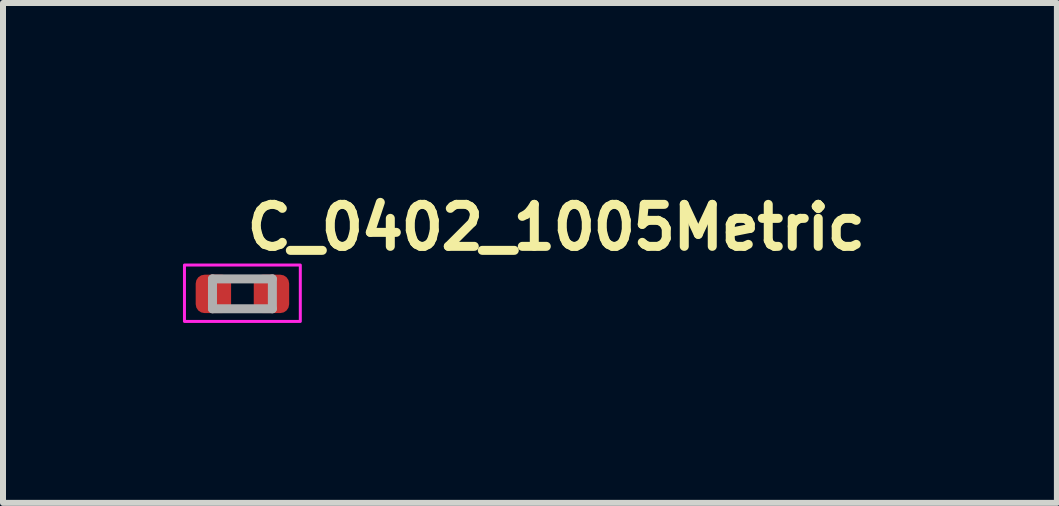
<source format=kicad_pcb>
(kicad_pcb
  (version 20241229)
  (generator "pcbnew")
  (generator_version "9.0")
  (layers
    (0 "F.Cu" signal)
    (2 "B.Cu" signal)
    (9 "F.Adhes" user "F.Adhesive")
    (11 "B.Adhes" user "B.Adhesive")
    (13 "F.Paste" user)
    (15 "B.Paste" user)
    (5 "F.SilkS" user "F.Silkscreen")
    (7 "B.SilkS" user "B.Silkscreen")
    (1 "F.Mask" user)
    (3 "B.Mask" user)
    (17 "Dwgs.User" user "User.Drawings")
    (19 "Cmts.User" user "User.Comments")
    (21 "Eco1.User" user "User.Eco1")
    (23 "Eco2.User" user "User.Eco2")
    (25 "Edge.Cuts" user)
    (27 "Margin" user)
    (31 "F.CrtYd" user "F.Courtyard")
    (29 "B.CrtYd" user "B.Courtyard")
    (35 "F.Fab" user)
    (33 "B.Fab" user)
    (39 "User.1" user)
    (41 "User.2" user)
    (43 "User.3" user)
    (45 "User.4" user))
  (footprint "C_0402_1005Metric"
    (layer "F.Cu")
    (at 0.991 1.849)
    (property "Reference" "C_0402_1005Metric" (at 0 -0.699 0) (layer "F.SilkS") (effects (font (size 0.7 0.7) (thickness 0.15)) (justify left bottom)))
    (attr smd)
    (fp_rect (start -0.966 -0.481) (end 0.965 0.459) (stroke (width 0.05) (type solid)) (fill no) (layer "F.CrtYd"))
    (fp_line (start -0.499 -0.25) (end 0.499 -0.25) (stroke (width 0.15) (type solid)) (layer "F.Fab"))
    (fp_line (start -0.499 0.248) (end -0.499 -0.25) (stroke (width 0.15) (type solid)) (layer "F.Fab"))
    (fp_line (start 0.499 -0.25) (end 0.499 0.248) (stroke (width 0.15) (type solid)) (layer "F.Fab"))
    (fp_line (start 0.499 0.248) (end -0.499 0.248) (stroke (width 0.15) (type solid)) (layer "F.Fab"))
    (fp_line (start -0.499 -0.244) (end -0.499 -0.243) (stroke (width 0.1) (type solid)) (layer "User.5"))
    (fp_line (start -0.499 -0.243) (end -0.499 -0.243) (stroke (width 0.1) (type solid)) (layer "User.5"))
    (fp_line (start -0.499 -0.243) (end -0.499 -0.242) (stroke (width 0.1) (type solid)) (layer "User.5"))
    (fp_line (start -0.499 -0.242) (end -0.499 -0.242) (stroke (width 0.1) (type solid)) (layer "User.5"))
    (fp_line (start -0.499 -0.242) (end -0.499 -0.242) (stroke (width 0.1) (type solid)) (layer "User.5"))
    (fp_line (start -0.499 -0.242) (end -0.499 -0.241) (stroke (width 0.1) (type solid)) (layer "User.5"))
    (fp_line (start -0.499 -0.241) (end -0.499 -0.241) (stroke (width 0.1) (type solid)) (layer "User.5"))
    (fp_line (start -0.499 -0.241) (end -0.499 -0.24) (stroke (width 0.1) (type solid)) (layer "User.5"))
    (fp_line (start -0.499 -0.24) (end -0.499 -0.238) (stroke (width 0.1) (type solid)) (layer "User.5"))
    (fp_line (start -0.499 -0.238) (end -0.499 -0.238) (stroke (width 0.1) (type solid)) (layer "User.5"))
    (fp_line (start -0.499 -0.238) (end -0.499 -0.238) (stroke (width 0.1) (type solid)) (layer "User.5"))
    (fp_line (start -0.499 -0.238) (end -0.499 -0.238) (stroke (width 0.1) (type solid)) (layer "User.5"))
    (fp_line (start -0.499 0.24) (end -0.499 -0.238) (stroke (width 0.1) (type solid)) (layer "User.5"))
    (fp_line (start -0.499 0.24) (end -0.499 0.24) (stroke (width 0.1) (type solid)) (layer "User.5"))
    (fp_line (start -0.499 0.24) (end -0.499 0.24) (stroke (width 0.1) (type solid)) (layer "User.5"))
    (fp_line (start -0.499 0.24) (end -0.499 0.24) (stroke (width 0.1) (type solid)) (layer "User.5"))
    (fp_line (start -0.499 0.24) (end -0.499 0.24) (stroke (width 0.1) (type solid)) (layer "User.5"))
    (fp_line (start -0.499 0.24) (end -0.499 0.24) (stroke (width 0.1) (type solid)) (layer "User.5"))
    (fp_line (start -0.499 0.24) (end -0.499 0.241) (stroke (width 0.1) (type solid)) (layer "User.5"))
    (fp_line (start -0.499 0.241) (end -0.499 0.241) (stroke (width 0.1) (type solid)) (layer "User.5"))
    (fp_line (start -0.499 0.241) (end -0.499 0.241) (stroke (width 0.1) (type solid)) (layer "User.5"))
    (fp_line (start -0.499 0.241) (end -0.499 0.242) (stroke (width 0.1) (type solid)) (layer "User.5"))
    (fp_line (start -0.499 0.242) (end -0.499 0.242) (stroke (width 0.1) (type solid)) (layer "User.5"))
    (fp_line (start -0.499 0.242) (end -0.499 0.243) (stroke (width 0.1) (type solid)) (layer "User.5"))
    (fp_line (start -0.499 0.243) (end -0.498 0.243) (stroke (width 0.1) (type solid)) (layer "User.5"))
    (fp_line (start -0.498 -0.245) (end -0.498 -0.245) (stroke (width 0.1) (type solid)) (layer "User.5"))
    (fp_line (start -0.498 -0.245) (end -0.498 -0.245) (stroke (width 0.1) (type solid)) (layer "User.5"))
    (fp_line (start -0.498 -0.245) (end -0.498 -0.244) (stroke (width 0.1) (type solid)) (layer "User.5"))
    (fp_line (start -0.498 -0.244) (end -0.499 -0.244) (stroke (width 0.1) (type solid)) (layer "User.5"))
    (fp_line (start -0.498 0.243) (end -0.498 0.244) (stroke (width 0.1) (type solid)) (layer "User.5"))
    (fp_line (start -0.498 0.244) (end -0.498 0.244) (stroke (width 0.1) (type solid)) (layer "User.5"))
    (fp_line (start -0.498 0.244) (end -0.498 0.244) (stroke (width 0.1) (type solid)) (layer "User.5"))
    (fp_line (start -0.498 0.244) (end -0.497 0.245) (stroke (width 0.1) (type solid)) (layer "User.5"))
    (fp_line (start -0.497 -0.247) (end -0.497 -0.246) (stroke (width 0.1) (type solid)) (layer "User.5"))
    (fp_line (start -0.497 -0.246) (end -0.498 -0.245) (stroke (width 0.1) (type solid)) (layer "User.5"))
    (fp_line (start -0.497 -0.246) (end -0.497 -0.246) (stroke (width 0.1) (type solid)) (layer "User.5"))
    (fp_line (start -0.497 0.245) (end -0.497 0.245) (stroke (width 0.1) (type solid)) (layer "User.5"))
    (fp_line (start -0.497 0.245) (end -0.497 0.246) (stroke (width 0.1) (type solid)) (layer "User.5"))
    (fp_line (start -0.497 0.246) (end -0.496 0.246) (stroke (width 0.1) (type solid)) (layer "User.5"))
    (fp_line (start -0.496 -0.247) (end -0.497 -0.247) (stroke (width 0.1) (type solid)) (layer "User.5"))
    (fp_line (start -0.496 -0.247) (end -0.496 -0.247) (stroke (width 0.1) (type solid)) (layer "User.5"))
    (fp_line (start -0.496 0.246) (end -0.496 0.246) (stroke (width 0.1) (type solid)) (layer "User.5"))
    (fp_line (start -0.496 0.246) (end -0.495 0.247) (stroke (width 0.1) (type solid)) (layer "User.5"))
    (fp_line (start -0.495 -0.248) (end -0.496 -0.247) (stroke (width 0.1) (type solid)) (layer "User.5"))
    (fp_line (start -0.495 -0.248) (end -0.495 -0.248) (stroke (width 0.1) (type solid)) (layer "User.5"))
    (fp_line (start -0.495 -0.248) (end -0.495 -0.248) (stroke (width 0.1) (type solid)) (layer "User.5"))
    (fp_line (start -0.495 0.247) (end -0.495 0.247) (stroke (width 0.1) (type solid)) (layer "User.5"))
    (fp_line (start -0.495 0.247) (end -0.495 0.247) (stroke (width 0.1) (type solid)) (layer "User.5"))
    (fp_line (start -0.495 0.247) (end -0.494 0.247) (stroke (width 0.1) (type solid)) (layer "User.5"))
    (fp_line (start -0.494 -0.249) (end -0.494 -0.248) (stroke (width 0.1) (type solid)) (layer "User.5"))
    (fp_line (start -0.494 -0.248) (end -0.495 -0.248) (stroke (width 0.1) (type solid)) (layer "User.5"))
    (fp_line (start -0.494 0.247) (end -0.494 0.248) (stroke (width 0.1) (type solid)) (layer "User.5"))
    (fp_line (start -0.494 0.248) (end -0.493 0.248) (stroke (width 0.1) (type solid)) (layer "User.5"))
    (fp_line (start -0.493 -0.249) (end -0.494 -0.249) (stroke (width 0.1) (type solid)) (layer "User.5"))
    (fp_line (start -0.493 -0.249) (end -0.493 -0.249) (stroke (width 0.1) (type solid)) (layer "User.5"))
    (fp_line (start -0.493 0.248) (end -0.493 0.248) (stroke (width 0.1) (type solid)) (layer "User.5"))
    (fp_line (start -0.493 0.248) (end -0.492 0.248) (stroke (width 0.1) (type solid)) (layer "User.5"))
    (fp_line (start -0.492 -0.249) (end -0.493 -0.249) (stroke (width 0.1) (type solid)) (layer "User.5"))
    (fp_line (start -0.492 -0.249) (end -0.492 -0.249) (stroke (width 0.1) (type solid)) (layer "User.5"))
    (fp_line (start -0.492 -0.249) (end -0.492 -0.249) (stroke (width 0.1) (type solid)) (layer "User.5"))
    (fp_line (start -0.492 0.248) (end -0.492 0.248) (stroke (width 0.1) (type solid)) (layer "User.5"))
    (fp_line (start -0.492 0.248) (end -0.492 0.248) (stroke (width 0.1) (type solid)) (layer "User.5"))
    (fp_line (start -0.492 0.248) (end -0.491 0.248) (stroke (width 0.1) (type solid)) (layer "User.5"))
    (fp_line (start -0.491 -0.249) (end -0.492 -0.249) (stroke (width 0.1) (type solid)) (layer "User.5"))
    (fp_line (start -0.491 -0.249) (end -0.491 -0.249) (stroke (width 0.1) (type solid)) (layer "User.5"))
    (fp_line (start -0.491 0.248) (end -0.491 0.248) (stroke (width 0.1) (type solid)) (layer "User.5"))
    (fp_line (start -0.491 0.248) (end -0.49 0.248) (stroke (width 0.1) (type solid)) (layer "User.5"))
    (fp_line (start -0.489 -0.249) (end -0.299 -0.249) (stroke (width 0.1) (type solid)) (layer "User.5"))
    (fp_line (start -0.299 -0.249) (end -0.299 -0.238) (stroke (width 0.1) (type solid)) (layer "User.5"))
    (fp_line (start -0.299 -0.238) (end -0.299 0.24) (stroke (width 0.1) (type solid)) (layer "User.5"))
    (fp_line (start -0.299 -0.238) (end 0.298 -0.238) (stroke (width 0.1) (type solid)) (layer "User.5"))
    (fp_line (start -0.299 0.24) (end -0.299 0.248) (stroke (width 0.1) (type solid)) (layer "User.5"))
    (fp_line (start -0.299 0.24) (end 0.298 0.24) (stroke (width 0.1) (type solid)) (layer "User.5"))
    (fp_line (start -0.299 0.248) (end -0.489 0.248) (stroke (width 0.1) (type solid)) (layer "User.5"))
    (fp_line (start 0.298 -0.249) (end 0.298 -0.238) (stroke (width 0.1) (type solid)) (layer "User.5"))
    (fp_line (start 0.298 -0.238) (end 0.298 0.24) (stroke (width 0.1) (type solid)) (layer "User.5"))
    (fp_line (start 0.298 0.24) (end 0.298 0.248) (stroke (width 0.1) (type solid)) (layer "User.5"))
    (fp_line (start 0.298 0.248) (end 0.488 0.248) (stroke (width 0.1) (type solid)) (layer "User.5"))
    (fp_line (start 0.488 -0.249) (end 0.298 -0.249) (stroke (width 0.1) (type solid)) (layer "User.5"))
    (fp_line (start 0.49 0.248) (end 0.491 0.248) (stroke (width 0.1) (type solid)) (layer "User.5"))
    (fp_line (start 0.491 -0.249) (end 0.49 -0.249) (stroke (width 0.1) (type solid)) (layer "User.5"))
    (fp_line (start 0.491 -0.249) (end 0.491 -0.249) (stroke (width 0.1) (type solid)) (layer "User.5"))
    (fp_line (start 0.491 -0.249) (end 0.491 -0.249) (stroke (width 0.1) (type solid)) (layer "User.5"))
    (fp_line (start 0.491 0.248) (end 0.491 0.248) (stroke (width 0.1) (type solid)) (layer "User.5"))
    (fp_line (start 0.491 0.248) (end 0.491 0.248) (stroke (width 0.1) (type solid)) (layer "User.5"))
    (fp_line (start 0.491 0.248) (end 0.492 0.248) (stroke (width 0.1) (type solid)) (layer "User.5"))
    (fp_line (start 0.492 -0.249) (end 0.491 -0.249) (stroke (width 0.1) (type solid)) (layer "User.5"))
    (fp_line (start 0.492 -0.249) (end 0.492 -0.249) (stroke (width 0.1) (type solid)) (layer "User.5"))
    (fp_line (start 0.492 0.248) (end 0.492 0.248) (stroke (width 0.1) (type solid)) (layer "User.5"))
    (fp_line (start 0.492 0.248) (end 0.493 0.248) (stroke (width 0.1) (type solid)) (layer "User.5"))
    (fp_line (start 0.493 -0.249) (end 0.492 -0.249) (stroke (width 0.1) (type solid)) (layer "User.5"))
    (fp_line (start 0.493 -0.248) (end 0.493 -0.249) (stroke (width 0.1) (type solid)) (layer "User.5"))
    (fp_line (start 0.493 0.247) (end 0.494 0.247) (stroke (width 0.1) (type solid)) (layer "User.5"))
    (fp_line (start 0.493 0.248) (end 0.493 0.247) (stroke (width 0.1) (type solid)) (layer "User.5"))
    (fp_line (start 0.494 -0.248) (end 0.493 -0.248) (stroke (width 0.1) (type solid)) (layer "User.5"))
    (fp_line (start 0.494 -0.248) (end 0.494 -0.248) (stroke (width 0.1) (type solid)) (layer "User.5"))
    (fp_line (start 0.494 -0.248) (end 0.494 -0.248) (stroke (width 0.1) (type solid)) (layer "User.5"))
    (fp_line (start 0.494 0.247) (end 0.494 0.247) (stroke (width 0.1) (type solid)) (layer "User.5"))
    (fp_line (start 0.494 0.247) (end 0.494 0.247) (stroke (width 0.1) (type solid)) (layer "User.5"))
    (fp_line (start 0.494 0.247) (end 0.495 0.246) (stroke (width 0.1) (type solid)) (layer "User.5"))
    (fp_line (start 0.495 -0.247) (end 0.494 -0.248) (stroke (width 0.1) (type solid)) (layer "User.5"))
    (fp_line (start 0.495 -0.247) (end 0.495 -0.247) (stroke (width 0.1) (type solid)) (layer "User.5"))
    (fp_line (start 0.495 0.246) (end 0.495 0.246) (stroke (width 0.1) (type solid)) (layer "User.5"))
    (fp_line (start 0.495 0.246) (end 0.496 0.246) (stroke (width 0.1) (type solid)) (layer "User.5"))
    (fp_line (start 0.496 -0.247) (end 0.495 -0.247) (stroke (width 0.1) (type solid)) (layer "User.5"))
    (fp_line (start 0.496 -0.246) (end 0.496 -0.247) (stroke (width 0.1) (type solid)) (layer "User.5"))
    (fp_line (start 0.496 -0.246) (end 0.496 -0.246) (stroke (width 0.1) (type solid)) (layer "User.5"))
    (fp_line (start 0.496 0.245) (end 0.496 0.245) (stroke (width 0.1) (type solid)) (layer "User.5"))
    (fp_line (start 0.496 0.245) (end 0.497 0.244) (stroke (width 0.1) (type solid)) (layer "User.5"))
    (fp_line (start 0.496 0.246) (end 0.496 0.245) (stroke (width 0.1) (type solid)) (layer "User.5"))
    (fp_line (start 0.497 -0.245) (end 0.496 -0.246) (stroke (width 0.1) (type solid)) (layer "User.5"))
    (fp_line (start 0.497 -0.245) (end 0.497 -0.245) (stroke (width 0.1) (type solid)) (layer "User.5"))
    (fp_line (start 0.497 -0.245) (end 0.497 -0.245) (stroke (width 0.1) (type solid)) (layer "User.5"))
    (fp_line (start 0.497 -0.244) (end 0.497 -0.245) (stroke (width 0.1) (type solid)) (layer "User.5"))
    (fp_line (start 0.497 0.243) (end 0.498 0.243) (stroke (width 0.1) (type solid)) (layer "User.5"))
    (fp_line (start 0.497 0.244) (end 0.497 0.243) (stroke (width 0.1) (type solid)) (layer "User.5"))
    (fp_line (start 0.497 0.244) (end 0.497 0.244) (stroke (width 0.1) (type solid)) (layer "User.5"))
    (fp_line (start 0.497 0.244) (end 0.497 0.244) (stroke (width 0.1) (type solid)) (layer "User.5"))
    (fp_line (start 0.498 -0.244) (end 0.497 -0.244) (stroke (width 0.1) (type solid)) (layer "User.5"))
    (fp_line (start 0.498 -0.243) (end 0.498 -0.244) (stroke (width 0.1) (type solid)) (layer "User.5"))
    (fp_line (start 0.498 -0.243) (end 0.498 -0.243) (stroke (width 0.1) (type solid)) (layer "User.5"))
    (fp_line (start 0.498 -0.242) (end 0.498 -0.243) (stroke (width 0.1) (type solid)) (layer "User.5"))
    (fp_line (start 0.498 -0.242) (end 0.498 -0.242) (stroke (width 0.1) (type solid)) (layer "User.5"))
    (fp_line (start 0.498 -0.242) (end 0.498 -0.242) (stroke (width 0.1) (type solid)) (layer "User.5"))
    (fp_line (start 0.498 -0.241) (end 0.498 -0.242) (stroke (width 0.1) (type solid)) (layer "User.5"))
    (fp_line (start 0.498 -0.241) (end 0.498 -0.241) (stroke (width 0.1) (type solid)) (layer "User.5"))
    (fp_line (start 0.498 -0.24) (end 0.498 -0.241) (stroke (width 0.1) (type solid)) (layer "User.5"))
    (fp_line (start 0.498 0.24) (end 0.498 -0.238) (stroke (width 0.1) (type solid)) (layer "User.5"))
    (fp_line (start 0.498 0.24) (end 0.498 0.24) (stroke (width 0.1) (type solid)) (layer "User.5"))
    (fp_line (start 0.498 0.241) (end 0.498 0.24) (stroke (width 0.1) (type solid)) (layer "User.5"))
    (fp_line (start 0.498 0.241) (end 0.498 0.241) (stroke (width 0.1) (type solid)) (layer "User.5"))
    (fp_line (start 0.498 0.241) (end 0.498 0.241) (stroke (width 0.1) (type solid)) (layer "User.5"))
    (fp_line (start 0.498 0.242) (end 0.498 0.241) (stroke (width 0.1) (type solid)) (layer "User.5"))
    (fp_line (start 0.498 0.242) (end 0.498 0.242) (stroke (width 0.1) (type solid)) (layer "User.5"))
    (fp_line (start 0.498 0.243) (end 0.498 0.242) (stroke (width 0.1) (type solid)) (layer "User.5"))
    (fp_line (start -0.499 -0.244) (end -0.499 -0.243) (stroke (width 0.02) (type solid)) (layer "User.9"))
    (fp_line (start -0.499 -0.243) (end -0.499 -0.243) (stroke (width 0.02) (type solid)) (layer "User.9"))
    (fp_line (start -0.499 -0.243) (end -0.499 -0.242) (stroke (width 0.02) (type solid)) (layer "User.9"))
    (fp_line (start -0.499 -0.242) (end -0.499 -0.242) (stroke (width 0.02) (type solid)) (layer "User.9"))
    (fp_line (start -0.499 -0.242) (end -0.499 -0.242) (stroke (width 0.02) (type solid)) (layer "User.9"))
    (fp_line (start -0.499 -0.242) (end -0.499 -0.241) (stroke (width 0.02) (type solid)) (layer "User.9"))
    (fp_line (start -0.499 -0.241) (end -0.499 -0.241) (stroke (width 0.02) (type solid)) (layer "User.9"))
    (fp_line (start -0.499 -0.241) (end -0.499 -0.24) (stroke (width 0.02) (type solid)) (layer "User.9"))
    (fp_line (start -0.499 -0.24) (end -0.499 -0.238) (stroke (width 0.02) (type solid)) (layer "User.9"))
    (fp_line (start -0.499 -0.238) (end -0.499 -0.238) (stroke (width 0.02) (type solid)) (layer "User.9"))
    (fp_line (start -0.499 -0.238) (end -0.499 -0.238) (stroke (width 0.02) (type solid)) (layer "User.9"))
    (fp_line (start -0.499 -0.238) (end -0.499 -0.238) (stroke (width 0.02) (type solid)) (layer "User.9"))
    (fp_line (start -0.499 -0.238) (end -0.499 -0.238) (stroke (width 0.02) (type solid)) (layer "User.9"))
    (fp_line (start -0.499 -0.238) (end -0.499 -0.238) (stroke (width 0.02) (type solid)) (layer "User.9"))
    (fp_line (start -0.499 -0.238) (end -0.499 -0.238) (stroke (width 0.02) (type solid)) (layer "User.9"))
    (fp_line (start -0.499 -0.238) (end -0.499 -0.238) (stroke (width 0.02) (type solid)) (layer "User.9"))
    (fp_line (start -0.499 -0.238) (end -0.499 -0.237) (stroke (width 0.02) (type solid)) (layer "User.9"))
    (fp_line (start -0.499 -0.237) (end -0.499 -0.237) (stroke (width 0.02) (type solid)) (layer "User.9"))
    (fp_line (start -0.499 -0.237) (end -0.499 -0.236) (stroke (width 0.02) (type solid)) (layer "User.9"))
    (fp_line (start -0.499 -0.236) (end -0.498 -0.236) (stroke (width 0.02) (type solid)) (layer "User.9"))
    (fp_line (start -0.499 0.235) (end -0.499 0.236) (stroke (width 0.02) (type solid)) (layer "User.9"))
    (fp_line (start -0.499 0.236) (end -0.499 0.236) (stroke (width 0.02) (type solid)) (layer "User.9"))
    (fp_line (start -0.499 0.236) (end -0.499 0.237) (stroke (width 0.02) (type solid)) (layer "User.9"))
    (fp_line (start -0.499 0.237) (end -0.499 0.237) (stroke (width 0.02) (type solid)) (layer "User.9"))
    (fp_line (start -0.499 0.237) (end -0.499 0.237) (stroke (width 0.02) (type solid)) (layer "User.9"))
    (fp_line (start -0.499 0.237) (end -0.499 0.238) (stroke (width 0.02) (type solid)) (layer "User.9"))
    (fp_line (start -0.499 0.238) (end -0.499 0.238) (stroke (width 0.02) (type solid)) (layer "User.9"))
    (fp_line (start -0.499 0.238) (end -0.499 0.24) (stroke (width 0.02) (type solid)) (layer "User.9"))
    (fp_line (start -0.499 0.24) (end -0.499 -0.238) (stroke (width 0.02) (type solid)) (layer "User.9"))
    (fp_line (start -0.499 0.24) (end -0.499 0.24) (stroke (width 0.02) (type solid)) (layer "User.9"))
    (fp_line (start -0.499 0.24) (end -0.499 0.24) (stroke (width 0.02) (type solid)) (layer "User.9"))
    (fp_line (start -0.499 0.24) (end -0.499 0.24) (stroke (width 0.02) (type solid)) (layer "User.9"))
    (fp_line (start -0.499 0.24) (end -0.499 0.24) (stroke (width 0.02) (type solid)) (layer "User.9"))
    (fp_line (start -0.499 0.24) (end -0.499 0.24) (stroke (width 0.02) (type solid)) (layer "User.9"))
    (fp_line (start -0.499 0.24) (end -0.499 0.241) (stroke (width 0.02) (type solid)) (layer "User.9"))
    (fp_line (start -0.499 0.241) (end -0.499 0.241) (stroke (width 0.02) (type solid)) (layer "User.9"))
    (fp_line (start -0.499 0.241) (end -0.499 0.241) (stroke (width 0.02) (type solid)) (layer "User.9"))
    (fp_line (start -0.499 0.241) (end -0.499 0.242) (stroke (width 0.02) (type solid)) (layer "User.9"))
    (fp_line (start -0.499 0.242) (end -0.499 0.242) (stroke (width 0.02) (type solid)) (layer "User.9"))
    (fp_line (start -0.499 0.242) (end -0.499 0.243) (stroke (width 0.02) (type solid)) (layer "User.9"))
    (fp_line (start -0.499 0.243) (end -0.498 0.243) (stroke (width 0.02) (type solid)) (layer "User.9"))
    (fp_line (start -0.498 -0.245) (end -0.498 -0.245) (stroke (width 0.02) (type solid)) (layer "User.9"))
    (fp_line (start -0.498 -0.245) (end -0.498 -0.245) (stroke (width 0.02) (type solid)) (layer "User.9"))
    (fp_line (start -0.498 -0.245) (end -0.498 -0.244) (stroke (width 0.02) (type solid)) (layer "User.9"))
    (fp_line (start -0.498 -0.244) (end -0.499 -0.244) (stroke (width 0.02) (type solid)) (layer "User.9"))
    (fp_line (start -0.498 -0.236) (end -0.498 -0.235) (stroke (width 0.02) (type solid)) (layer "User.9"))
    (fp_line (start -0.498 -0.235) (end -0.498 -0.235) (stroke (width 0.02) (type solid)) (layer "User.9"))
    (fp_line (start -0.498 -0.235) (end -0.498 -0.235) (stroke (width 0.02) (type solid)) (layer "User.9"))
    (fp_line (start -0.498 -0.235) (end -0.497 -0.234) (stroke (width 0.02) (type solid)) (layer "User.9"))
    (fp_line (start -0.498 0.234) (end -0.498 0.234) (stroke (width 0.02) (type solid)) (layer "User.9"))
    (fp_line (start -0.498 0.234) (end -0.498 0.234) (stroke (width 0.02) (type solid)) (layer "User.9"))
    (fp_line (start -0.498 0.234) (end -0.498 0.235) (stroke (width 0.02) (type solid)) (layer "User.9"))
    (fp_line (start -0.498 0.235) (end -0.499 0.235) (stroke (width 0.02) (type solid)) (layer "User.9"))
    (fp_line (start -0.498 0.243) (end -0.498 0.244) (stroke (width 0.02) (type solid)) (layer "User.9"))
    (fp_line (start -0.498 0.244) (end -0.498 0.244) (stroke (width 0.02) (type solid)) (layer "User.9"))
    (fp_line (start -0.498 0.244) (end -0.498 0.244) (stroke (width 0.02) (type solid)) (layer "User.9"))
    (fp_line (start -0.498 0.244) (end -0.497 0.245) (stroke (width 0.02) (type solid)) (layer "User.9"))
    (fp_line (start -0.497 -0.247) (end -0.497 -0.246) (stroke (width 0.02) (type solid)) (layer "User.9"))
    (fp_line (start -0.497 -0.246) (end -0.498 -0.245) (stroke (width 0.02) (type solid)) (layer "User.9"))
    (fp_line (start -0.497 -0.246) (end -0.497 -0.246) (stroke (width 0.02) (type solid)) (layer "User.9"))
    (fp_line (start -0.497 -0.234) (end -0.497 -0.234) (stroke (width 0.02) (type solid)) (layer "User.9"))
    (fp_line (start -0.497 -0.234) (end -0.497 -0.234) (stroke (width 0.02) (type solid)) (layer "User.9"))
    (fp_line (start -0.497 -0.234) (end -0.496 -0.234) (stroke (width 0.02) (type solid)) (layer "User.9"))
    (fp_line (start -0.497 0.233) (end -0.497 0.234) (stroke (width 0.02) (type solid)) (layer "User.9"))
    (fp_line (start -0.497 0.234) (end -0.498 0.234) (stroke (width 0.02) (type solid)) (layer "User.9"))
    (fp_line (start -0.497 0.234) (end -0.497 0.234) (stroke (width 0.02) (type solid)) (layer "User.9"))
    (fp_line (start -0.497 0.245) (end -0.497 0.245) (stroke (width 0.02) (type solid)) (layer "User.9"))
    (fp_line (start -0.497 0.245) (end -0.497 0.246) (stroke (width 0.02) (type solid)) (layer "User.9"))
    (fp_line (start -0.497 0.246) (end -0.496 0.246) (stroke (width 0.02) (type solid)) (layer "User.9"))
    (fp_line (start -0.496 -0.247) (end -0.497 -0.247) (stroke (width 0.02) (type solid)) (layer "User.9"))
    (fp_line (start -0.496 -0.247) (end -0.496 -0.247) (stroke (width 0.02) (type solid)) (layer "User.9"))
    (fp_line (start -0.496 -0.234) (end -0.496 -0.234) (stroke (width 0.02) (type solid)) (layer "User.9"))
    (fp_line (start -0.496 -0.234) (end -0.495 -0.233) (stroke (width 0.02) (type solid)) (layer "User.9"))
    (fp_line (start -0.496 0.233) (end -0.497 0.233) (stroke (width 0.02) (type solid)) (layer "User.9"))
    (fp_line (start -0.496 0.233) (end -0.496 0.233) (stroke (width 0.02) (type solid)) (layer "User.9"))
    (fp_line (start -0.496 0.246) (end -0.496 0.246) (stroke (width 0.02) (type solid)) (layer "User.9"))
    (fp_line (start -0.496 0.246) (end -0.495 0.247) (stroke (width 0.02) (type solid)) (layer "User.9"))
    (fp_line (start -0.495 -0.248) (end -0.496 -0.247) (stroke (width 0.02) (type solid)) (layer "User.9"))
    (fp_line (start -0.495 -0.248) (end -0.495 -0.248) (stroke (width 0.02) (type solid)) (layer "User.9"))
    (fp_line (start -0.495 -0.248) (end -0.495 -0.248) (stroke (width 0.02) (type solid)) (layer "User.9"))
    (fp_line (start -0.495 -0.233) (end -0.495 -0.233) (stroke (width 0.02) (type solid)) (layer "User.9"))
    (fp_line (start -0.495 -0.233) (end -0.495 -0.233) (stroke (width 0.02) (type solid)) (layer "User.9"))
    (fp_line (start -0.495 -0.233) (end -0.494 -0.233) (stroke (width 0.02) (type solid)) (layer "User.9"))
    (fp_line (start -0.495 0.232) (end -0.496 0.233) (stroke (width 0.02) (type solid)) (layer "User.9"))
    (fp_line (start -0.495 0.232) (end -0.495 0.232) (stroke (width 0.02) (type solid)) (layer "User.9"))
    (fp_line (start -0.495 0.232) (end -0.495 0.232) (stroke (width 0.02) (type solid)) (layer "User.9"))
    (fp_line (start -0.495 0.247) (end -0.495 0.247) (stroke (width 0.02) (type solid)) (layer "User.9"))
    (fp_line (start -0.495 0.247) (end -0.495 0.247) (stroke (width 0.02) (type solid)) (layer "User.9"))
    (fp_line (start -0.495 0.247) (end -0.494 0.247) (stroke (width 0.02) (type solid)) (layer "User.9"))
    (fp_line (start -0.494 -0.249) (end -0.494 -0.248) (stroke (width 0.02) (type solid)) (layer "User.9"))
    (fp_line (start -0.494 -0.248) (end -0.495 -0.248) (stroke (width 0.02) (type solid)) (layer "User.9"))
    (fp_line (start -0.494 -0.233) (end -0.494 -0.232) (stroke (width 0.02) (type solid)) (layer "User.9"))
    (fp_line (start -0.494 -0.232) (end -0.493 -0.232) (stroke (width 0.02) (type solid)) (layer "User.9"))
    (fp_line (start -0.494 0.231) (end -0.494 0.232) (stroke (width 0.02) (type solid)) (layer "User.9"))
    (fp_line (start -0.494 0.232) (end -0.495 0.232) (stroke (width 0.02) (type solid)) (layer "User.9"))
    (fp_line (start -0.494 0.247) (end -0.494 0.248) (stroke (width 0.02) (type solid)) (layer "User.9"))
    (fp_line (start -0.494 0.248) (end -0.493 0.248) (stroke (width 0.02) (type solid)) (layer "User.9"))
    (fp_line (start -0.493 -0.249) (end -0.494 -0.249) (stroke (width 0.02) (type solid)) (layer "User.9"))
    (fp_line (start -0.493 -0.249) (end -0.493 -0.249) (stroke (width 0.02) (type solid)) (layer "User.9"))
    (fp_line (start -0.493 -0.232) (end -0.493 -0.232) (stroke (width 0.02) (type solid)) (layer "User.9"))
    (fp_line (start -0.493 -0.232) (end -0.492 -0.232) (stroke (width 0.02) (type solid)) (layer "User.9"))
    (fp_line (start -0.493 0.231) (end -0.494 0.231) (stroke (width 0.02) (type solid)) (layer "User.9"))
    (fp_line (start -0.493 0.231) (end -0.493 0.231) (stroke (width 0.02) (type solid)) (layer "User.9"))
    (fp_line (start -0.493 0.248) (end -0.493 0.248) (stroke (width 0.02) (type solid)) (layer "User.9"))
    (fp_line (start -0.493 0.248) (end -0.492 0.248) (stroke (width 0.02) (type solid)) (layer "User.9"))
    (fp_line (start -0.492 -0.249) (end -0.493 -0.249) (stroke (width 0.02) (type solid)) (layer "User.9"))
    (fp_line (start -0.492 -0.249) (end -0.492 -0.249) (stroke (width 0.02) (type solid)) (layer "User.9"))
    (fp_line (start -0.492 -0.249) (end -0.492 -0.249) (stroke (width 0.02) (type solid)) (layer "User.9"))
    (fp_line (start -0.492 -0.232) (end -0.492 -0.232) (stroke (width 0.02) (type solid)) (layer "User.9"))
    (fp_line (start -0.492 -0.232) (end -0.492 -0.232) (stroke (width 0.02) (type solid)) (layer "User.9"))
    (fp_line (start -0.492 -0.232) (end -0.491 -0.232) (stroke (width 0.02) (type solid)) (layer "User.9"))
    (fp_line (start -0.492 0.231) (end -0.493 0.231) (stroke (width 0.02) (type solid)) (layer "User.9"))
    (fp_line (start -0.492 0.231) (end -0.492 0.231) (stroke (width 0.02) (type solid)) (layer "User.9"))
    (fp_line (start -0.492 0.231) (end -0.492 0.231) (stroke (width 0.02) (type solid)) (layer "User.9"))
    (fp_line (start -0.492 0.248) (end -0.492 0.248) (stroke (width 0.02) (type solid)) (layer "User.9"))
    (fp_line (start -0.492 0.248) (end -0.492 0.248) (stroke (width 0.02) (type solid)) (layer "User.9"))
    (fp_line (start -0.492 0.248) (end -0.491 0.248) (stroke (width 0.02) (type solid)) (layer "User.9"))
    (fp_line (start -0.491 -0.249) (end -0.492 -0.249) (stroke (width 0.02) (type solid)) (layer "User.9"))
    (fp_line (start -0.491 -0.249) (end -0.491 -0.249) (stroke (width 0.02) (type solid)) (layer "User.9"))
    (fp_line (start -0.491 -0.232) (end -0.491 -0.232) (stroke (width 0.02) (type solid)) (layer "User.9"))
    (fp_line (start -0.491 -0.232) (end -0.49 -0.232) (stroke (width 0.02) (type solid)) (layer "User.9"))
    (fp_line (start -0.491 0.231) (end -0.492 0.231) (stroke (width 0.02) (type solid)) (layer "User.9"))
    (fp_line (start -0.491 0.231) (end -0.491 0.231) (stroke (width 0.02) (type solid)) (layer "User.9"))
    (fp_line (start -0.491 0.248) (end -0.491 0.248) (stroke (width 0.02) (type solid)) (layer "User.9"))
    (fp_line (start -0.491 0.248) (end -0.49 0.248) (stroke (width 0.02) (type solid)) (layer "User.9"))
    (fp_line (start -0.49 -0.249) (end -0.491 -0.249) (stroke (width 0.02) (type solid)) (layer "User.9"))
    (fp_line (start -0.49 -0.232) (end -0.489 -0.232) (stroke (width 0.02) (type solid)) (layer "User.9"))
    (fp_line (start -0.49 0.231) (end -0.491 0.231) (stroke (width 0.02) (type solid)) (layer "User.9"))
    (fp_line (start -0.49 0.248) (end -0.489 0.248) (stroke (width 0.02) (type solid)) (layer "User.9"))
    (fp_line (start -0.489 -0.249) (end -0.49 -0.249) (stroke (width 0.02) (type solid)) (layer "User.9"))
    (fp_line (start -0.489 -0.249) (end -0.489 -0.249) (stroke (width 0.02) (type solid)) (layer "User.9"))
    (fp_line (start -0.489 -0.249) (end -0.489 -0.249) (stroke (width 0.02) (type solid)) (layer "User.9"))
    (fp_line (start -0.489 -0.249) (end -0.299 -0.249) (stroke (width 0.02) (type solid)) (layer "User.9"))
    (fp_line (start -0.489 -0.232) (end -0.489 -0.232) (stroke (width 0.02) (type solid)) (layer "User.9"))
    (fp_line (start -0.489 -0.232) (end -0.489 -0.232) (stroke (width 0.02) (type solid)) (layer "User.9"))
    (fp_line (start -0.489 -0.232) (end -0.488 -0.232) (stroke (width 0.02) (type solid)) (layer "User.9"))
    (fp_line (start -0.489 0.231) (end -0.49 0.231) (stroke (width 0.02) (type solid)) (layer "User.9"))
    (fp_line (start -0.489 0.231) (end -0.489 0.231) (stroke (width 0.02) (type solid)) (layer "User.9"))
    (fp_line (start -0.489 0.231) (end -0.489 0.231) (stroke (width 0.02) (type solid)) (layer "User.9"))
    (fp_line (start -0.489 0.248) (end -0.489 0.248) (stroke (width 0.02) (type solid)) (layer "User.9"))
    (fp_line (start -0.489 0.248) (end -0.489 0.248) (stroke (width 0.02) (type solid)) (layer "User.9"))
    (fp_line (start -0.489 0.248) (end -0.488 0.248) (stroke (width 0.02) (type solid)) (layer "User.9"))
    (fp_line (start -0.488 -0.249) (end -0.489 -0.249) (stroke (width 0.02) (type solid)) (layer "User.9"))
    (fp_line (start -0.488 -0.249) (end -0.488 -0.249) (stroke (width 0.02) (type solid)) (layer "User.9"))
    (fp_line (start -0.488 -0.232) (end -0.488 -0.232) (stroke (width 0.02) (type solid)) (layer "User.9"))
    (fp_line (start -0.488 -0.232) (end -0.487 -0.232) (stroke (width 0.02) (type solid)) (layer "User.9"))
    (fp_line (start -0.488 0.231) (end -0.489 0.231) (stroke (width 0.02) (type solid)) (layer "User.9"))
    (fp_line (start -0.488 0.231) (end -0.488 0.231) (stroke (width 0.02) (type solid)) (layer "User.9"))
    (fp_line (start -0.488 0.248) (end -0.488 0.248) (stroke (width 0.02) (type solid)) (layer "User.9"))
    (fp_line (start -0.488 0.248) (end -0.487 0.248) (stroke (width 0.02) (type solid)) (layer "User.9"))
    (fp_line (start -0.487 -0.249) (end -0.488 -0.249) (stroke (width 0.02) (type solid)) (layer "User.9"))
    (fp_line (start -0.487 -0.249) (end -0.487 -0.249) (stroke (width 0.02) (type solid)) (layer "User.9"))
    (fp_line (start -0.487 -0.249) (end -0.487 -0.249) (stroke (width 0.02) (type solid)) (layer "User.9"))
    (fp_line (start -0.487 -0.232) (end -0.487 -0.232) (stroke (width 0.02) (type solid)) (layer "User.9"))
    (fp_line (start -0.487 -0.232) (end -0.487 -0.232) (stroke (width 0.02) (type solid)) (layer "User.9"))
    (fp_line (start -0.487 -0.232) (end -0.486 -0.232) (stroke (width 0.02) (type solid)) (layer "User.9"))
    (fp_line (start -0.487 0.231) (end -0.488 0.231) (stroke (width 0.02) (type solid)) (layer "User.9"))
    (fp_line (start -0.487 0.231) (end -0.487 0.231) (stroke (width 0.02) (type solid)) (layer "User.9"))
    (fp_line (start -0.487 0.231) (end -0.487 0.231) (stroke (width 0.02) (type solid)) (layer "User.9"))
    (fp_line (start -0.487 0.248) (end -0.487 0.248) (stroke (width 0.02) (type solid)) (layer "User.9"))
    (fp_line (start -0.487 0.248) (end -0.487 0.248) (stroke (width 0.02) (type solid)) (layer "User.9"))
    (fp_line (start -0.487 0.248) (end -0.486 0.248) (stroke (width 0.02) (type solid)) (layer "User.9"))
    (fp_line (start -0.486 -0.249) (end -0.487 -0.249) (stroke (width 0.02) (type solid)) (layer "User.9"))
    (fp_line (start -0.486 -0.249) (end -0.486 -0.249) (stroke (width 0.02) (type solid)) (layer "User.9"))
    (fp_line (start -0.486 -0.232) (end -0.486 -0.232) (stroke (width 0.02) (type solid)) (layer "User.9"))
    (fp_line (start -0.486 -0.232) (end -0.485 -0.232) (stroke (width 0.02) (type solid)) (layer "User.9"))
    (fp_line (start -0.486 0.231) (end -0.487 0.231) (stroke (width 0.02) (type solid)) (layer "User.9"))
    (fp_line (start -0.486 0.231) (end -0.486 0.231) (stroke (width 0.02) (type solid)) (layer "User.9"))
    (fp_line (start -0.486 0.248) (end -0.486 0.248) (stroke (width 0.02) (type solid)) (layer "User.9"))
    (fp_line (start -0.486 0.248) (end -0.485 0.248) (stroke (width 0.02) (type solid)) (layer "User.9"))
    (fp_line (start -0.485 -0.249) (end -0.486 -0.249) (stroke (width 0.02) (type solid)) (layer "User.9"))
    (fp_line (start -0.485 -0.248) (end -0.485 -0.249) (stroke (width 0.02) (type solid)) (layer "User.9"))
    (fp_line (start -0.485 -0.233) (end -0.484 -0.233) (stroke (width 0.02) (type solid)) (layer "User.9"))
    (fp_line (start -0.485 -0.232) (end -0.485 -0.233) (stroke (width 0.02) (type solid)) (layer "User.9"))
    (fp_line (start -0.485 0.231) (end -0.486 0.231) (stroke (width 0.02) (type solid)) (layer "User.9"))
    (fp_line (start -0.485 0.232) (end -0.485 0.231) (stroke (width 0.02) (type solid)) (layer "User.9"))
    (fp_line (start -0.485 0.247) (end -0.484 0.247) (stroke (width 0.02) (type solid)) (layer "User.9"))
    (fp_line (start -0.485 0.248) (end -0.485 0.247) (stroke (width 0.02) (type solid)) (layer "User.9"))
    (fp_line (start -0.484 -0.248) (end -0.485 -0.248) (stroke (width 0.02) (type solid)) (layer "User.9"))
    (fp_line (start -0.484 -0.248) (end -0.484 -0.248) (stroke (width 0.02) (type solid)) (layer "User.9"))
    (fp_line (start -0.484 -0.248) (end -0.484 -0.248) (stroke (width 0.02) (type solid)) (layer "User.9"))
    (fp_line (start -0.484 -0.233) (end -0.484 -0.233) (stroke (width 0.02) (type solid)) (layer "User.9"))
    (fp_line (start -0.484 -0.233) (end -0.484 -0.233) (stroke (width 0.02) (type solid)) (layer "User.9"))
    (fp_line (start -0.484 -0.233) (end -0.483 -0.234) (stroke (width 0.02) (type solid)) (layer "User.9"))
    (fp_line (start -0.484 0.232) (end -0.485 0.232) (stroke (width 0.02) (type solid)) (layer "User.9"))
    (fp_line (start -0.484 0.232) (end -0.484 0.232) (stroke (width 0.02) (type solid)) (layer "User.9"))
    (fp_line (start -0.484 0.232) (end -0.484 0.232) (stroke (width 0.02) (type solid)) (layer "User.9"))
    (fp_line (start -0.484 0.247) (end -0.484 0.247) (stroke (width 0.02) (type solid)) (layer "User.9"))
    (fp_line (start -0.484 0.247) (end -0.484 0.247) (stroke (width 0.02) (type solid)) (layer "User.9"))
    (fp_line (start -0.484 0.247) (end -0.483 0.246) (stroke (width 0.02) (type solid)) (layer "User.9"))
    (fp_line (start -0.483 -0.247) (end -0.484 -0.248) (stroke (width 0.02) (type solid)) (layer "User.9"))
    (fp_line (start -0.483 -0.247) (end -0.483 -0.247) (stroke (width 0.02) (type solid)) (layer "User.9"))
    (fp_line (start -0.483 -0.234) (end -0.483 -0.234) (stroke (width 0.02) (type solid)) (layer "User.9"))
    (fp_line (start -0.483 -0.234) (end -0.482 -0.234) (stroke (width 0.02) (type solid)) (layer "User.9"))
    (fp_line (start -0.483 0.233) (end -0.484 0.232) (stroke (width 0.02) (type solid)) (layer "User.9"))
    (fp_line (start -0.483 0.233) (end -0.483 0.233) (stroke (width 0.02) (type solid)) (layer "User.9"))
    (fp_line (start -0.483 0.246) (end -0.483 0.246) (stroke (width 0.02) (type solid)) (layer "User.9"))
    (fp_line (start -0.483 0.246) (end -0.482 0.246) (stroke (width 0.02) (type solid)) (layer "User.9"))
    (fp_line (start -0.482 -0.247) (end -0.483 -0.247) (stroke (width 0.02) (type solid)) (layer "User.9"))
    (fp_line (start -0.482 -0.246) (end -0.482 -0.247) (stroke (width 0.02) (type solid)) (layer "User.9"))
    (fp_line (start -0.482 -0.246) (end -0.482 -0.246) (stroke (width 0.02) (type solid)) (layer "User.9"))
    (fp_line (start -0.482 -0.234) (end -0.482 -0.234) (stroke (width 0.02) (type solid)) (layer "User.9"))
    (fp_line (start -0.482 -0.234) (end -0.482 -0.234) (stroke (width 0.02) (type solid)) (layer "User.9"))
    (fp_line (start -0.482 -0.234) (end -0.481 -0.235) (stroke (width 0.02) (type solid)) (layer "User.9"))
    (fp_line (start -0.482 0.233) (end -0.483 0.233) (stroke (width 0.02) (type solid)) (layer "User.9"))
    (fp_line (start -0.482 0.234) (end -0.482 0.233) (stroke (width 0.02) (type solid)) (layer "User.9"))
    (fp_line (start -0.482 0.234) (end -0.482 0.234) (stroke (width 0.02) (type solid)) (layer "User.9"))
    (fp_line (start -0.482 0.245) (end -0.482 0.245) (stroke (width 0.02) (type solid)) (layer "User.9"))
    (fp_line (start -0.482 0.245) (end -0.481 0.244) (stroke (width 0.02) (type solid)) (layer "User.9"))
    (fp_line (start -0.482 0.246) (end -0.482 0.245) (stroke (width 0.02) (type solid)) (layer "User.9"))
    (fp_line (start -0.481 -0.245) (end -0.482 -0.246) (stroke (width 0.02) (type solid)) (layer "User.9"))
    (fp_line (start -0.481 -0.245) (end -0.481 -0.245) (stroke (width 0.02) (type solid)) (layer "User.9"))
    (fp_line (start -0.481 -0.245) (end -0.481 -0.245) (stroke (width 0.02) (type solid)) (layer "User.9"))
    (fp_line (start -0.481 -0.244) (end -0.481 -0.245) (stroke (width 0.02) (type solid)) (layer "User.9"))
    (fp_line (start -0.481 -0.236) (end -0.48 -0.236) (stroke (width 0.02) (type solid)) (layer "User.9"))
    (fp_line (start -0.481 -0.235) (end -0.481 -0.236) (stroke (width 0.02) (type solid)) (layer "User.9"))
    (fp_line (start -0.481 -0.235) (end -0.481 -0.235) (stroke (width 0.02) (type solid)) (layer "User.9"))
    (fp_line (start -0.481 -0.235) (end -0.481 -0.235) (stroke (width 0.02) (type solid)) (layer "User.9"))
    (fp_line (start -0.481 0.234) (end -0.482 0.234) (stroke (width 0.02) (type solid)) (layer "User.9"))
    (fp_line (start -0.481 0.234) (end -0.481 0.234) (stroke (width 0.02) (type solid)) (layer "User.9"))
    (fp_line (start -0.481 0.234) (end -0.481 0.234) (stroke (width 0.02) (type solid)) (layer "User.9"))
    (fp_line (start -0.481 0.235) (end -0.481 0.234) (stroke (width 0.02) (type solid)) (layer "User.9"))
    (fp_line (start -0.481 0.243) (end -0.48 0.243) (stroke (width 0.02) (type solid)) (layer "User.9"))
    (fp_line (start -0.481 0.244) (end -0.481 0.243) (stroke (width 0.02) (type solid)) (layer "User.9"))
    (fp_line (start -0.481 0.244) (end -0.481 0.244) (stroke (width 0.02) (type solid)) (layer "User.9"))
    (fp_line (start -0.481 0.244) (end -0.481 0.244) (stroke (width 0.02) (type solid)) (layer "User.9"))
    (fp_line (start -0.48 -0.244) (end -0.481 -0.244) (stroke (width 0.02) (type solid)) (layer "User.9"))
    (fp_line (start -0.48 -0.243) (end -0.48 -0.244) (stroke (width 0.02) (type solid)) (layer "User.9"))
    (fp_line (start -0.48 -0.243) (end -0.48 -0.243) (stroke (width 0.02) (type solid)) (layer "User.9"))
    (fp_line (start -0.48 -0.242) (end -0.48 -0.243) (stroke (width 0.02) (type solid)) (layer "User.9"))
    (fp_line (start -0.48 -0.242) (end -0.48 -0.242) (stroke (width 0.02) (type solid)) (layer "User.9"))
    (fp_line (start -0.48 -0.242) (end -0.48 -0.242) (stroke (width 0.02) (type solid)) (layer "User.9"))
    (fp_line (start -0.48 -0.241) (end -0.48 -0.242) (stroke (width 0.02) (type solid)) (layer "User.9"))
    (fp_line (start -0.48 -0.241) (end -0.48 -0.241) (stroke (width 0.02) (type solid)) (layer "User.9"))
    (fp_line (start -0.48 -0.24) (end -0.48 -0.241) (stroke (width 0.02) (type solid)) (layer "User.9"))
    (fp_line (start -0.48 -0.238) (end -0.48 -0.238) (stroke (width 0.02) (type solid)) (layer "User.9"))
    (fp_line (start -0.48 -0.238) (end -0.48 -0.238) (stroke (width 0.02) (type solid)) (layer "User.9"))
    (fp_line (start -0.48 -0.238) (end -0.48 -0.238) (stroke (width 0.02) (type solid)) (layer "User.9"))
    (fp_line (start -0.48 -0.238) (end -0.48 -0.238) (stroke (width 0.02) (type solid)) (layer "User.9"))
    (fp_line (start -0.48 -0.238) (end -0.48 -0.238) (stroke (width 0.02) (type solid)) (layer "User.9"))
    (fp_line (start -0.48 -0.238) (end -0.478 -0.238) (stroke (width 0.02) (type solid)) (layer "User.9"))
    (fp_line (start -0.48 -0.237) (end -0.48 -0.238) (stroke (width 0.02) (type solid)) (layer "User.9"))
    (fp_line (start -0.48 -0.237) (end -0.48 -0.237) (stroke (width 0.02) (type solid)) (layer "User.9"))
    (fp_line (start -0.48 -0.236) (end -0.48 -0.237) (stroke (width 0.02) (type solid)) (layer "User.9"))
    (fp_line (start -0.48 0.235) (end -0.481 0.235) (stroke (width 0.02) (type solid)) (layer "User.9"))
    (fp_line (start -0.48 0.236) (end -0.48 0.235) (stroke (width 0.02) (type solid)) (layer "User.9"))
    (fp_line (start -0.48 0.236) (end -0.48 0.236) (stroke (width 0.02) (type solid)) (layer "User.9"))
    (fp_line (start -0.48 0.237) (end -0.48 0.236) (stroke (width 0.02) (type solid)) (layer "User.9"))
    (fp_line (start -0.48 0.237) (end -0.48 0.237) (stroke (width 0.02) (type solid)) (layer "User.9"))
    (fp_line (start -0.48 0.237) (end -0.48 0.237) (stroke (width 0.02) (type solid)) (layer "User.9"))
    (fp_line (start -0.48 0.238) (end -0.48 0.237) (stroke (width 0.02) (type solid)) (layer "User.9"))
    (fp_line (start -0.48 0.238) (end -0.48 0.238) (stroke (width 0.02) (type solid)) (layer "User.9"))
    (fp_line (start -0.48 0.24) (end -0.48 0.238) (stroke (width 0.02) (type solid)) (layer "User.9"))
    (fp_line (start -0.48 0.24) (end -0.48 0.24) (stroke (width 0.02) (type solid)) (layer "User.9"))
    (fp_line (start -0.48 0.24) (end -0.48 0.24) (stroke (width 0.02) (type solid)) (layer "User.9"))
    (fp_line (start -0.48 0.24) (end -0.478 0.24) (stroke (width 0.02) (type solid)) (layer "User.9"))
    (fp_line (start -0.48 0.241) (end -0.48 0.24) (stroke (width 0.02) (type solid)) (layer "User.9"))
    (fp_line (start -0.48 0.241) (end -0.48 0.241) (stroke (width 0.02) (type solid)) (layer "User.9"))
    (fp_line (start -0.48 0.241) (end -0.48 0.241) (stroke (width 0.02) (type solid)) (layer "User.9"))
    (fp_line (start -0.48 0.242) (end -0.48 0.241) (stroke (width 0.02) (type solid)) (layer "User.9"))
    (fp_line (start -0.48 0.242) (end -0.48 0.242) (stroke (width 0.02) (type solid)) (layer "User.9"))
    (fp_line (start -0.48 0.243) (end -0.48 0.242) (stroke (width 0.02) (type solid)) (layer "User.9"))
    (fp_line (start -0.478 -0.238) (end -0.48 -0.24) (stroke (width 0.02) (type solid)) (layer "User.9"))
    (fp_line (start -0.478 -0.238) (end -0.478 -0.238) (stroke (width 0.02) (type solid)) (layer "User.9"))
    (fp_line (start -0.478 -0.238) (end -0.478 -0.238) (stroke (width 0.02) (type solid)) (layer "User.9"))
    (fp_line (start -0.478 0.24) (end -0.48 0.24) (stroke (width 0.02) (type solid)) (layer "User.9"))
    (fp_line (start -0.478 0.24) (end -0.478 0.24) (stroke (width 0.02) (type solid)) (layer "User.9"))
    (fp_line (start -0.478 0.24) (end -0.478 0.24) (stroke (width 0.02) (type solid)) (layer "User.9"))
    (fp_line (start -0.299 -0.249) (end -0.299 -0.238) (stroke (width 0.02) (type solid)) (layer "User.9"))
    (fp_line (start -0.299 -0.238) (end -0.299 0.24) (stroke (width 0.02) (type solid)) (layer "User.9"))
    (fp_line (start -0.299 -0.238) (end 0.298 -0.238) (stroke (width 0.02) (type solid)) (layer "User.9"))
    (fp_line (start -0.299 0.24) (end -0.299 0.248) (stroke (width 0.02) (type solid)) (layer "User.9"))
    (fp_line (start -0.299 0.24) (end 0.298 0.24) (stroke (width 0.02) (type solid)) (layer "User.9"))
    (fp_line (start -0.299 0.248) (end -0.489 0.248) (stroke (width 0.02) (type solid)) (layer "User.9"))
    (fp_line (start 0.298 -0.249) (end 0.298 -0.238) (stroke (width 0.02) (type solid)) (layer "User.9"))
    (fp_line (start 0.298 -0.238) (end 0.298 0.24) (stroke (width 0.02) (type solid)) (layer "User.9"))
    (fp_line (start 0.298 0.24) (end 0.298 0.248) (stroke (width 0.02) (type solid)) (layer "User.9"))
    (fp_line (start 0.298 0.248) (end 0.488 0.248) (stroke (width 0.02) (type solid)) (layer "User.9"))
    (fp_line (start 0.48 -0.245) (end 0.48 -0.245) (stroke (width 0.02) (type solid)) (layer "User.9"))
    (fp_line (start 0.48 -0.245) (end 0.48 -0.245) (stroke (width 0.02) (type solid)) (layer "User.9"))
    (fp_line (start 0.48 -0.245) (end 0.48 -0.244) (stroke (width 0.02) (type solid)) (layer "User.9"))
    (fp_line (start 0.48 -0.244) (end 0.48 -0.244) (stroke (width 0.02) (type solid)) (layer "User.9"))
    (fp_line (start 0.48 -0.244) (end 0.48 -0.243) (stroke (width 0.02) (type solid)) (layer "User.9"))
    (fp_line (start 0.48 -0.243) (end 0.48 -0.243) (stroke (width 0.02) (type solid)) (layer "User.9"))
    (fp_line (start 0.48 -0.243) (end 0.48 -0.242) (stroke (width 0.02) (type solid)) (layer "User.9"))
    (fp_line (start 0.48 -0.242) (end 0.48 -0.242) (stroke (width 0.02) (type solid)) (layer "User.9"))
    (fp_line (start 0.48 -0.242) (end 0.48 -0.242) (stroke (width 0.02) (type solid)) (layer "User.9"))
    (fp_line (start 0.48 -0.242) (end 0.48 -0.241) (stroke (width 0.02) (type solid)) (layer "User.9"))
    (fp_line (start 0.48 -0.241) (end 0.48 -0.241) (stroke (width 0.02) (type solid)) (layer "User.9"))
    (fp_line (start 0.48 -0.241) (end 0.48 -0.24) (stroke (width 0.02) (type solid)) (layer "User.9"))
    (fp_line (start 0.48 -0.24) (end 0.48 -0.238) (stroke (width 0.02) (type solid)) (layer "User.9"))
    (fp_line (start 0.48 -0.238) (end 0.48 -0.238) (stroke (width 0.02) (type solid)) (layer "User.9"))
    (fp_line (start 0.48 -0.238) (end 0.48 -0.238) (stroke (width 0.02) (type solid)) (layer "User.9"))
    (fp_line (start 0.48 -0.238) (end 0.48 -0.238) (stroke (width 0.02) (type solid)) (layer "User.9"))
    (fp_line (start 0.48 -0.238) (end 0.48 -0.238) (stroke (width 0.02) (type solid)) (layer "User.9"))
    (fp_line (start 0.48 -0.238) (end 0.48 -0.238) (stroke (width 0.02) (type solid)) (layer "User.9"))
    (fp_line (start 0.48 -0.238) (end 0.48 -0.238) (stroke (width 0.02) (type solid)) (layer "User.9"))
    (fp_line (start 0.48 -0.238) (end 0.48 -0.238) (stroke (width 0.02) (type solid)) (layer "User.9"))
    (fp_line (start 0.48 -0.238) (end 0.48 -0.237) (stroke (width 0.02) (type solid)) (layer "User.9"))
    (fp_line (start 0.48 -0.237) (end 0.48 -0.237) (stroke (width 0.02) (type solid)) (layer "User.9"))
    (fp_line (start 0.48 -0.237) (end 0.48 -0.236) (stroke (width 0.02) (type solid)) (layer "User.9"))
    (fp_line (start 0.48 -0.236) (end 0.48 -0.236) (stroke (width 0.02) (type solid)) (layer "User.9"))
    (fp_line (start 0.48 -0.236) (end 0.48 -0.235) (stroke (width 0.02) (type solid)) (layer "User.9"))
    (fp_line (start 0.48 -0.235) (end 0.48 -0.235) (stroke (width 0.02) (type solid)) (layer "User.9"))
    (fp_line (start 0.48 -0.235) (end 0.48 -0.235) (stroke (width 0.02) (type solid)) (layer "User.9"))
    (fp_line (start 0.48 -0.235) (end 0.481 -0.234) (stroke (width 0.02) (type solid)) (layer "User.9"))
    (fp_line (start 0.48 0.234) (end 0.48 0.234) (stroke (width 0.02) (type solid)) (layer "User.9"))
    (fp_line (start 0.48 0.234) (end 0.48 0.234) (stroke (width 0.02) (type solid)) (layer "User.9"))
    (fp_line (start 0.48 0.234) (end 0.48 0.235) (stroke (width 0.02) (type solid)) (layer "User.9"))
    (fp_line (start 0.48 0.235) (end 0.48 0.235) (stroke (width 0.02) (type solid)) (layer "User.9"))
    (fp_line (start 0.48 0.235) (end 0.48 0.236) (stroke (width 0.02) (type solid)) (layer "User.9"))
    (fp_line (start 0.48 0.236) (end 0.48 0.236) (stroke (width 0.02) (type solid)) (layer "User.9"))
    (fp_line (start 0.48 0.236) (end 0.48 0.237) (stroke (width 0.02) (type solid)) (layer "User.9"))
    (fp_line (start 0.48 0.237) (end 0.48 0.237) (stroke (width 0.02) (type solid)) (layer "User.9"))
    (fp_line (start 0.48 0.237) (end 0.48 0.237) (stroke (width 0.02) (type solid)) (layer "User.9"))
    (fp_line (start 0.48 0.237) (end 0.48 0.238) (stroke (width 0.02) (type solid)) (layer "User.9"))
    (fp_line (start 0.48 0.238) (end 0.48 0.238) (stroke (width 0.02) (type solid)) (layer "User.9"))
    (fp_line (start 0.48 0.238) (end 0.48 0.24) (stroke (width 0.02) (type solid)) (layer "User.9"))
    (fp_line (start 0.48 0.24) (end 0.48 0.24) (stroke (width 0.02) (type solid)) (layer "User.9"))
    (fp_line (start 0.48 0.24) (end 0.48 0.24) (stroke (width 0.02) (type solid)) (layer "User.9"))
    (fp_line (start 0.48 0.24) (end 0.48 0.24) (stroke (width 0.02) (type solid)) (layer "User.9"))
    (fp_line (start 0.48 0.24) (end 0.48 0.24) (stroke (width 0.02) (type solid)) (layer "User.9"))
    (fp_line (start 0.48 0.24) (end 0.48 0.24) (stroke (width 0.02) (type solid)) (layer "User.9"))
    (fp_line (start 0.48 0.24) (end 0.48 0.241) (stroke (width 0.02) (type solid)) (layer "User.9"))
    (fp_line (start 0.48 0.241) (end 0.48 0.241) (stroke (width 0.02) (type solid)) (layer "User.9"))
    (fp_line (start 0.48 0.241) (end 0.48 0.241) (stroke (width 0.02) (type solid)) (layer "User.9"))
    (fp_line (start 0.48 0.241) (end 0.48 0.242) (stroke (width 0.02) (type solid)) (layer "User.9"))
    (fp_line (start 0.48 0.242) (end 0.48 0.242) (stroke (width 0.02) (type solid)) (layer "User.9"))
    (fp_line (start 0.48 0.242) (end 0.48 0.243) (stroke (width 0.02) (type solid)) (layer "User.9"))
    (fp_line (start 0.48 0.243) (end 0.48 0.243) (stroke (width 0.02) (type solid)) (layer "User.9"))
    (fp_line (start 0.48 0.243) (end 0.48 0.244) (stroke (width 0.02) (type solid)) (layer "User.9"))
    (fp_line (start 0.48 0.244) (end 0.48 0.244) (stroke (width 0.02) (type solid)) (layer "User.9"))
    (fp_line (start 0.48 0.244) (end 0.48 0.244) (stroke (width 0.02) (type solid)) (layer "User.9"))
    (fp_line (start 0.48 0.244) (end 0.481 0.245) (stroke (width 0.02) (type solid)) (layer "User.9"))
    (fp_line (start 0.481 -0.247) (end 0.481 -0.246) (stroke (width 0.02) (type solid)) (layer "User.9"))
    (fp_line (start 0.481 -0.246) (end 0.48 -0.245) (stroke (width 0.02) (type solid)) (layer "User.9"))
    (fp_line (start 0.481 -0.246) (end 0.481 -0.246) (stroke (width 0.02) (type solid)) (layer "User.9"))
    (fp_line (start 0.481 -0.234) (end 0.481 -0.234) (stroke (width 0.02) (type solid)) (layer "User.9"))
    (fp_line (start 0.481 -0.234) (end 0.481 -0.234) (stroke (width 0.02) (type solid)) (layer "User.9"))
    (fp_line (start 0.481 -0.234) (end 0.482 -0.234) (stroke (width 0.02) (type solid)) (layer "User.9"))
    (fp_line (start 0.481 0.233) (end 0.481 0.234) (stroke (width 0.02) (type solid)) (layer "User.9"))
    (fp_line (start 0.481 0.234) (end 0.48 0.234) (stroke (width 0.02) (type solid)) (layer "User.9"))
    (fp_line (start 0.481 0.234) (end 0.481 0.234) (stroke (width 0.02) (type solid)) (layer "User.9"))
    (fp_line (start 0.481 0.245) (end 0.481 0.245) (stroke (width 0.02) (type solid)) (layer "User.9"))
    (fp_line (start 0.481 0.245) (end 0.481 0.246) (stroke (width 0.02) (type solid)) (layer "User.9"))
    (fp_line (start 0.481 0.246) (end 0.482 0.246) (stroke (width 0.02) (type solid)) (layer "User.9"))
    (fp_line (start 0.482 -0.247) (end 0.481 -0.247) (stroke (width 0.02) (type solid)) (layer "User.9"))
    (fp_line (start 0.482 -0.247) (end 0.482 -0.247) (stroke (width 0.02) (type solid)) (layer "User.9"))
    (fp_line (start 0.482 -0.234) (end 0.482 -0.234) (stroke (width 0.02) (type solid)) (layer "User.9"))
    (fp_line (start 0.482 -0.234) (end 0.483 -0.233) (stroke (width 0.02) (type solid)) (layer "User.9"))
    (fp_line (start 0.482 0.233) (end 0.481 0.233) (stroke (width 0.02) (type solid)) (layer "User.9"))
    (fp_line (start 0.482 0.233) (end 0.482 0.233) (stroke (width 0.02) (type solid)) (layer "User.9"))
    (fp_line (start 0.482 0.246) (end 0.482 0.246) (stroke (width 0.02) (type solid)) (layer "User.9"))
    (fp_line (start 0.482 0.246) (end 0.483 0.247) (stroke (width 0.02) (type solid)) (layer "User.9"))
    (fp_line (start 0.483 -0.248) (end 0.482 -0.247) (stroke (width 0.02) (type solid)) (layer "User.9"))
    (fp_line (start 0.483 -0.248) (end 0.483 -0.248) (stroke (width 0.02) (type solid)) (layer "User.9"))
    (fp_line (start 0.483 -0.248) (end 0.483 -0.248) (stroke (width 0.02) (type solid)) (layer "User.9"))
    (fp_line (start 0.483 -0.233) (end 0.483 -0.233) (stroke (width 0.02) (type solid)) (layer "User.9"))
    (fp_line (start 0.483 -0.233) (end 0.483 -0.233) (stroke (width 0.02) (type solid)) (layer "User.9"))
    (fp_line (start 0.483 -0.233) (end 0.484 -0.233) (stroke (width 0.02) (type solid)) (layer "User.9"))
    (fp_line (start 0.483 0.232) (end 0.482 0.233) (stroke (width 0.02) (type solid)) (layer "User.9"))
    (fp_line (start 0.483 0.232) (end 0.483 0.232) (stroke (width 0.02) (type solid)) (layer "User.9"))
    (fp_line (start 0.483 0.232) (end 0.483 0.232) (stroke (width 0.02) (type solid)) (layer "User.9"))
    (fp_line (start 0.483 0.247) (end 0.483 0.247) (stroke (width 0.02) (type solid)) (layer "User.9"))
    (fp_line (start 0.483 0.247) (end 0.483 0.247) (stroke (width 0.02) (type solid)) (layer "User.9"))
    (fp_line (start 0.483 0.247) (end 0.484 0.247) (stroke (width 0.02) (type solid)) (layer "User.9"))
    (fp_line (start 0.484 -0.249) (end 0.484 -0.248) (stroke (width 0.02) (type solid)) (layer "User.9"))
    (fp_line (start 0.484 -0.248) (end 0.483 -0.248) (stroke (width 0.02) (type solid)) (layer "User.9"))
    (fp_line (start 0.484 -0.233) (end 0.484 -0.232) (stroke (width 0.02) (type solid)) (layer "User.9"))
    (fp_line (start 0.484 -0.232) (end 0.485 -0.232) (stroke (width 0.02) (type solid)) (layer "User.9"))
    (fp_line (start 0.484 0.231) (end 0.484 0.232) (stroke (width 0.02) (type solid)) (layer "User.9"))
    (fp_line (start 0.484 0.232) (end 0.483 0.232) (stroke (width 0.02) (type solid)) (layer "User.9"))
    (fp_line (start 0.484 0.247) (end 0.484 0.248) (stroke (width 0.02) (type solid)) (layer "User.9"))
    (fp_line (start 0.484 0.248) (end 0.485 0.248) (stroke (width 0.02) (type solid)) (layer "User.9"))
    (fp_line (start 0.485 -0.249) (end 0.484 -0.249) (stroke (width 0.02) (type solid)) (layer "User.9"))
    (fp_line (start 0.485 -0.249) (end 0.485 -0.249) (stroke (width 0.02) (type solid)) (layer "User.9"))
    (fp_line (start 0.485 -0.232) (end 0.485 -0.232) (stroke (width 0.02) (type solid)) (layer "User.9"))
    (fp_line (start 0.485 -0.232) (end 0.486 -0.232) (stroke (width 0.02) (type solid)) (layer "User.9"))
    (fp_line (start 0.485 0.231) (end 0.484 0.231) (stroke (width 0.02) (type solid)) (layer "User.9"))
    (fp_line (start 0.485 0.231) (end 0.485 0.231) (stroke (width 0.02) (type solid)) (layer "User.9"))
    (fp_line (start 0.485 0.248) (end 0.485 0.248) (stroke (width 0.02) (type solid)) (layer "User.9"))
    (fp_line (start 0.485 0.248) (end 0.486 0.248) (stroke (width 0.02) (type solid)) (layer "User.9"))
    (fp_line (start 0.486 -0.249) (end 0.485 -0.249) (stroke (width 0.02) (type solid)) (layer "User.9"))
    (fp_line (start 0.486 -0.249) (end 0.486 -0.249) (stroke (width 0.02) (type solid)) (layer "User.9"))
    (fp_line (start 0.486 -0.249) (end 0.486 -0.249) (stroke (width 0.02) (type solid)) (layer "User.9"))
    (fp_line (start 0.486 -0.232) (end 0.486 -0.232) (stroke (width 0.02) (type solid)) (layer "User.9"))
    (fp_line (start 0.486 -0.232) (end 0.486 -0.232) (stroke (width 0.02) (type solid)) (layer "User.9"))
    (fp_line (start 0.486 -0.232) (end 0.487 -0.232) (stroke (width 0.02) (type solid)) (layer "User.9"))
    (fp_line (start 0.486 0.231) (end 0.485 0.231) (stroke (width 0.02) (type solid)) (layer "User.9"))
    (fp_line (start 0.486 0.231) (end 0.486 0.231) (stroke (width 0.02) (type solid)) (layer "User.9"))
    (fp_line (start 0.486 0.231) (end 0.486 0.231) (stroke (width 0.02) (type solid)) (layer "User.9"))
    (fp_line (start 0.486 0.248) (end 0.486 0.248) (stroke (width 0.02) (type solid)) (layer "User.9"))
    (fp_line (start 0.486 0.248) (end 0.486 0.248) (stroke (width 0.02) (type solid)) (layer "User.9"))
    (fp_line (start 0.486 0.248) (end 0.487 0.248) (stroke (width 0.02) (type solid)) (layer "User.9"))
    (fp_line (start 0.487 -0.249) (end 0.486 -0.249) (stroke (width 0.02) (type solid)) (layer "User.9"))
    (fp_line (start 0.487 -0.249) (end 0.487 -0.249) (stroke (width 0.02) (type solid)) (layer "User.9"))
    (fp_line (start 0.487 -0.232) (end 0.487 -0.232) (stroke (width 0.02) (type solid)) (layer "User.9"))
    (fp_line (start 0.487 -0.232) (end 0.488 -0.232) (stroke (width 0.02) (type solid)) (layer "User.9"))
    (fp_line (start 0.487 0.231) (end 0.486 0.231) (stroke (width 0.02) (type solid)) (layer "User.9"))
    (fp_line (start 0.487 0.231) (end 0.487 0.231) (stroke (width 0.02) (type solid)) (layer "User.9"))
    (fp_line (start 0.487 0.248) (end 0.487 0.248) (stroke (width 0.02) (type solid)) (layer "User.9"))
    (fp_line (start 0.487 0.248) (end 0.488 0.248) (stroke (width 0.02) (type solid)) (layer "User.9"))
    (fp_line (start 0.488 -0.249) (end 0.298 -0.249) (stroke (width 0.02) (type solid)) (layer "User.9"))
    (fp_line (start 0.488 -0.249) (end 0.487 -0.249) (stroke (width 0.02) (type solid)) (layer "User.9"))
    (fp_line (start 0.488 -0.249) (end 0.488 -0.249) (stroke (width 0.02) (type solid)) (layer "User.9"))
    (fp_line (start 0.488 -0.249) (end 0.488 -0.249) (stroke (width 0.02) (type solid)) (layer "User.9"))
    (fp_line (start 0.488 -0.232) (end 0.488 -0.232) (stroke (width 0.02) (type solid)) (layer "User.9"))
    (fp_line (start 0.488 -0.232) (end 0.488 -0.232) (stroke (width 0.02) (type solid)) (layer "User.9"))
    (fp_line (start 0.488 -0.232) (end 0.489 -0.232) (stroke (width 0.02) (type solid)) (layer "User.9"))
    (fp_line (start 0.488 0.231) (end 0.487 0.231) (stroke (width 0.02) (type solid)) (layer "User.9"))
    (fp_line (start 0.488 0.231) (end 0.488 0.231) (stroke (width 0.02) (type solid)) (layer "User.9"))
    (fp_line (start 0.488 0.231) (end 0.488 0.231) (stroke (width 0.02) (type solid)) (layer "User.9"))
    (fp_line (start 0.488 0.248) (end 0.488 0.248) (stroke (width 0.02) (type solid)) (layer "User.9"))
    (fp_line (start 0.488 0.248) (end 0.488 0.248) (stroke (width 0.02) (type solid)) (layer "User.9"))
    (fp_line (start 0.488 0.248) (end 0.489 0.248) (stroke (width 0.02) (type solid)) (layer "User.9"))
    (fp_line (start 0.489 -0.249) (end 0.488 -0.249) (stroke (width 0.02) (type solid)) (layer "User.9"))
    (fp_line (start 0.489 -0.232) (end 0.49 -0.232) (stroke (width 0.02) (type solid)) (layer "User.9"))
    (fp_line (start 0.489 0.231) (end 0.488 0.231) (stroke (width 0.02) (type solid)) (layer "User.9"))
    (fp_line (start 0.489 0.248) (end 0.49 0.248) (stroke (width 0.02) (type solid)) (layer "User.9"))
    (fp_line (start 0.49 -0.249) (end 0.489 -0.249) (stroke (width 0.02) (type solid)) (layer "User.9"))
    (fp_line (start 0.49 -0.249) (end 0.49 -0.249) (stroke (width 0.02) (type solid)) (layer "User.9"))
    (fp_line (start 0.49 -0.232) (end 0.49 -0.232) (stroke (width 0.02) (type solid)) (layer "User.9"))
    (fp_line (start 0.49 -0.232) (end 0.491 -0.232) (stroke (width 0.02) (type solid)) (layer "User.9"))
    (fp_line (start 0.49 0.231) (end 0.489 0.231) (stroke (width 0.02) (type solid)) (layer "User.9"))
    (fp_line (start 0.49 0.231) (end 0.49 0.231) (stroke (width 0.02) (type solid)) (layer "User.9"))
    (fp_line (start 0.49 0.248) (end 0.49 0.248) (stroke (width 0.02) (type solid)) (layer "User.9"))
    (fp_line (start 0.49 0.248) (end 0.491 0.248) (stroke (width 0.02) (type solid)) (layer "User.9"))
    (fp_line (start 0.491 -0.249) (end 0.49 -0.249) (stroke (width 0.02) (type solid)) (layer "User.9"))
    (fp_line (start 0.491 -0.249) (end 0.491 -0.249) (stroke (width 0.02) (type solid)) (layer "User.9"))
    (fp_line (start 0.491 -0.249) (end 0.491 -0.249) (stroke (width 0.02) (type solid)) (layer "User.9"))
    (fp_line (start 0.491 -0.232) (end 0.491 -0.232) (stroke (width 0.02) (type solid)) (layer "User.9"))
    (fp_line (start 0.491 -0.232) (end 0.491 -0.232) (stroke (width 0.02) (type solid)) (layer "User.9"))
    (fp_line (start 0.491 -0.232) (end 0.492 -0.232) (stroke (width 0.02) (type solid)) (layer "User.9"))
    (fp_line (start 0.491 0.231) (end 0.49 0.231) (stroke (width 0.02) (type solid)) (layer "User.9"))
    (fp_line (start 0.491 0.231) (end 0.491 0.231) (stroke (width 0.02) (type solid)) (layer "User.9"))
    (fp_line (start 0.491 0.231) (end 0.491 0.231) (stroke (width 0.02) (type solid)) (layer "User.9"))
    (fp_line (start 0.491 0.248) (end 0.491 0.248) (stroke (width 0.02) (type solid)) (layer "User.9"))
    (fp_line (start 0.491 0.248) (end 0.491 0.248) (stroke (width 0.02) (type solid)) (layer "User.9"))
    (fp_line (start 0.491 0.248) (end 0.492 0.248) (stroke (width 0.02) (type solid)) (layer "User.9"))
    (fp_line (start 0.492 -0.249) (end 0.491 -0.249) (stroke (width 0.02) (type solid)) (layer "User.9"))
    (fp_line (start 0.492 -0.249) (end 0.492 -0.249) (stroke (width 0.02) (type solid)) (layer "User.9"))
    (fp_line (start 0.492 -0.232) (end 0.492 -0.232) (stroke (width 0.02) (type solid)) (layer "User.9"))
    (fp_line (start 0.492 -0.232) (end 0.493 -0.232) (stroke (width 0.02) (type solid)) (layer "User.9"))
    (fp_line (start 0.492 0.231) (end 0.491 0.231) (stroke (width 0.02) (type solid)) (layer "User.9"))
    (fp_line (start 0.492 0.231) (end 0.492 0.231) (stroke (width 0.02) (type solid)) (layer "User.9"))
    (fp_line (start 0.492 0.248) (end 0.492 0.248) (stroke (width 0.02) (type solid)) (layer "User.9"))
    (fp_line (start 0.492 0.248) (end 0.493 0.248) (stroke (width 0.02) (type solid)) (layer "User.9"))
    (fp_line (start 0.493 -0.249) (end 0.492 -0.249) (stroke (width 0.02) (type solid)) (layer "User.9"))
    (fp_line (start 0.493 -0.248) (end 0.493 -0.249) (stroke (width 0.02) (type solid)) (layer "User.9"))
    (fp_line (start 0.493 -0.233) (end 0.494 -0.233) (stroke (width 0.02) (type solid)) (layer "User.9"))
    (fp_line (start 0.493 -0.232) (end 0.493 -0.233) (stroke (width 0.02) (type solid)) (layer "User.9"))
    (fp_line (start 0.493 0.231) (end 0.492 0.231) (stroke (width 0.02) (type solid)) (layer "User.9"))
    (fp_line (start 0.493 0.232) (end 0.493 0.231) (stroke (width 0.02) (type solid)) (layer "User.9"))
    (fp_line (start 0.493 0.247) (end 0.494 0.247) (stroke (width 0.02) (type solid)) (layer "User.9"))
    (fp_line (start 0.493 0.248) (end 0.493 0.247) (stroke (width 0.02) (type solid)) (layer "User.9"))
    (fp_line (start 0.494 -0.248) (end 0.493 -0.248) (stroke (width 0.02) (type solid)) (layer "User.9"))
    (fp_line (start 0.494 -0.248) (end 0.494 -0.248) (stroke (width 0.02) (type solid)) (layer "User.9"))
    (fp_line (start 0.494 -0.248) (end 0.494 -0.248) (stroke (width 0.02) (type solid)) (layer "User.9"))
    (fp_line (start 0.494 -0.233) (end 0.494 -0.233) (stroke (width 0.02) (type solid)) (layer "User.9"))
    (fp_line (start 0.494 -0.233) (end 0.494 -0.233) (stroke (width 0.02) (type solid)) (layer "User.9"))
    (fp_line (start 0.494 -0.233) (end 0.495 -0.234) (stroke (width 0.02) (type solid)) (layer "User.9"))
    (fp_line (start 0.494 0.232) (end 0.493 0.232) (stroke (width 0.02) (type solid)) (layer "User.9"))
    (fp_line (start 0.494 0.232) (end 0.494 0.232) (stroke (width 0.02) (type solid)) (layer "User.9"))
    (fp_line (start 0.494 0.232) (end 0.494 0.232) (stroke (width 0.02) (type solid)) (layer "User.9"))
    (fp_line (start 0.494 0.247) (end 0.494 0.247) (stroke (width 0.02) (type solid)) (layer "User.9"))
    (fp_line (start 0.494 0.247) (end 0.494 0.247) (stroke (width 0.02) (type solid)) (layer "User.9"))
    (fp_line (start 0.494 0.247) (end 0.495 0.246) (stroke (width 0.02) (type solid)) (layer "User.9"))
    (fp_line (start 0.495 -0.247) (end 0.494 -0.248) (stroke (width 0.02) (type solid)) (layer "User.9"))
    (fp_line (start 0.495 -0.247) (end 0.495 -0.247) (stroke (width 0.02) (type solid)) (layer "User.9"))
    (fp_line (start 0.495 -0.234) (end 0.495 -0.234) (stroke (width 0.02) (type solid)) (layer "User.9"))
    (fp_line (start 0.495 -0.234) (end 0.496 -0.234) (stroke (width 0.02) (type solid)) (layer "User.9"))
    (fp_line (start 0.495 0.233) (end 0.494 0.232) (stroke (width 0.02) (type solid)) (layer "User.9"))
    (fp_line (start 0.495 0.233) (end 0.495 0.233) (stroke (width 0.02) (type solid)) (layer "User.9"))
    (fp_line (start 0.495 0.246) (end 0.495 0.246) (stroke (width 0.02) (type solid)) (layer "User.9"))
    (fp_line (start 0.495 0.246) (end 0.496 0.246) (stroke (width 0.02) (type solid)) (layer "User.9"))
    (fp_line (start 0.496 -0.247) (end 0.495 -0.247) (stroke (width 0.02) (type solid)) (layer "User.9"))
    (fp_line (start 0.496 -0.246) (end 0.496 -0.247) (stroke (width 0.02) (type solid)) (layer "User.9"))
    (fp_line (start 0.496 -0.246) (end 0.496 -0.246) (stroke (width 0.02) (type solid)) (layer "User.9"))
    (fp_line (start 0.496 -0.234) (end 0.496 -0.234) (stroke (width 0.02) (type solid)) (layer "User.9"))
    (fp_line (start 0.496 -0.234) (end 0.496 -0.234) (stroke (width 0.02) (type solid)) (layer "User.9"))
    (fp_line (start 0.496 -0.234) (end 0.497 -0.235) (stroke (width 0.02) (type solid)) (layer "User.9"))
    (fp_line (start 0.496 0.233) (end 0.495 0.233) (stroke (width 0.02) (type solid)) (layer "User.9"))
    (fp_line (start 0.496 0.234) (end 0.496 0.233) (stroke (width 0.02) (type solid)) (layer "User.9"))
    (fp_line (start 0.496 0.234) (end 0.496 0.234) (stroke (width 0.02) (type solid)) (layer "User.9"))
    (fp_line (start 0.496 0.245) (end 0.496 0.245) (stroke (width 0.02) (type solid)) (layer "User.9"))
    (fp_line (start 0.496 0.245) (end 0.497 0.244) (stroke (width 0.02) (type solid)) (layer "User.9"))
    (fp_line (start 0.496 0.246) (end 0.496 0.245) (stroke (width 0.02) (type solid)) (layer "User.9"))
    (fp_line (start 0.497 -0.245) (end 0.496 -0.246) (stroke (width 0.02) (type solid)) (layer "User.9"))
    (fp_line (start 0.497 -0.245) (end 0.497 -0.245) (stroke (width 0.02) (type solid)) (layer "User.9"))
    (fp_line (start 0.497 -0.245) (end 0.497 -0.245) (stroke (width 0.02) (type solid)) (layer "User.9"))
    (fp_line (start 0.497 -0.244) (end 0.497 -0.245) (stroke (width 0.02) (type solid)) (layer "User.9"))
    (fp_line (start 0.497 -0.236) (end 0.498 -0.236) (stroke (width 0.02) (type solid)) (layer "User.9"))
    (fp_line (start 0.497 -0.235) (end 0.497 -0.236) (stroke (width 0.02) (type solid)) (layer "User.9"))
    (fp_line (start 0.497 -0.235) (end 0.497 -0.235) (stroke (width 0.02) (type solid)) (layer "User.9"))
    (fp_line (start 0.497 -0.235) (end 0.497 -0.235) (stroke (width 0.02) (type solid)) (layer "User.9"))
    (fp_line (start 0.497 0.234) (end 0.496 0.234) (stroke (width 0.02) (type solid)) (layer "User.9"))
    (fp_line (start 0.497 0.234) (end 0.497 0.234) (stroke (width 0.02) (type solid)) (layer "User.9"))
    (fp_line (start 0.497 0.234) (end 0.497 0.234) (stroke (width 0.02) (type solid)) (layer "User.9"))
    (fp_line (start 0.497 0.235) (end 0.497 0.234) (stroke (width 0.02) (type solid)) (layer "User.9"))
    (fp_line (start 0.497 0.243) (end 0.498 0.243) (stroke (width 0.02) (type solid)) (layer "User.9"))
    (fp_line (start 0.497 0.244) (end 0.497 0.243) (stroke (width 0.02) (type solid)) (layer "User.9"))
    (fp_line (start 0.497 0.244) (end 0.497 0.244) (stroke (width 0.02) (type solid)) (layer "User.9"))
    (fp_line (start 0.497 0.244) (end 0.497 0.244) (stroke (width 0.02) (type solid)) (layer "User.9"))
    (fp_line (start 0.498 -0.244) (end 0.497 -0.244) (stroke (width 0.02) (type solid)) (layer "User.9"))
    (fp_line (start 0.498 -0.243) (end 0.498 -0.244) (stroke (width 0.02) (type solid)) (layer "User.9"))
    (fp_line (start 0.498 -0.243) (end 0.498 -0.243) (stroke (width 0.02) (type solid)) (layer "User.9"))
    (fp_line (start 0.498 -0.242) (end 0.498 -0.243) (stroke (width 0.02) (type solid)) (layer "User.9"))
    (fp_line (start 0.498 -0.242) (end 0.498 -0.242) (stroke (width 0.02) (type solid)) (layer "User.9"))
    (fp_line (start 0.498 -0.242) (end 0.498 -0.242) (stroke (width 0.02) (type solid)) (layer "User.9"))
    (fp_line (start 0.498 -0.241) (end 0.498 -0.242) (stroke (width 0.02) (type solid)) (layer "User.9"))
    (fp_line (start 0.498 -0.241) (end 0.498 -0.241) (stroke (width 0.02) (type solid)) (layer "User.9"))
    (fp_line (start 0.498 -0.24) (end 0.498 -0.241) (stroke (width 0.02) (type solid)) (layer "User.9"))
    (fp_line (start 0.498 -0.238) (end 0.498 -0.24) (stroke (width 0.02) (type solid)) (layer "User.9"))
    (fp_line (start 0.498 -0.238) (end 0.498 -0.238) (stroke (width 0.02) (type solid)) (layer "User.9"))
    (fp_line (start 0.498 -0.238) (end 0.498 -0.238) (stroke (width 0.02) (type solid)) (layer "User.9"))
    (fp_line (start 0.498 -0.238) (end 0.498 -0.238) (stroke (width 0.02) (type solid)) (layer "User.9"))
    (fp_line (start 0.498 -0.238) (end 0.498 -0.238) (stroke (width 0.02) (type solid)) (layer "User.9"))
    (fp_line (start 0.498 -0.238) (end 0.498 -0.238) (stroke (width 0.02) (type solid)) (layer "User.9"))
    (fp_line (start 0.498 -0.238) (end 0.498 -0.238) (stroke (width 0.02) (type solid)) (layer "User.9"))
    (fp_line (start 0.498 -0.238) (end 0.498 -0.238) (stroke (width 0.02) (type solid)) (layer "User.9"))
    (fp_line (start 0.498 -0.238) (end 0.498 -0.238) (stroke (width 0.02) (type solid)) (layer "User.9"))
    (fp_line (start 0.498 -0.237) (end 0.498 -0.238) (stroke (width 0.02) (type solid)) (layer "User.9"))
    (fp_line (start 0.498 -0.237) (end 0.498 -0.237) (stroke (width 0.02) (type solid)) (layer "User.9"))
    (fp_line (start 0.498 -0.236) (end 0.498 -0.237) (stroke (width 0.02) (type solid)) (layer "User.9"))
    (fp_line (start 0.498 0.235) (end 0.497 0.235) (stroke (width 0.02) (type solid)) (layer "User.9"))
    (fp_line (start 0.498 0.236) (end 0.498 0.235) (stroke (width 0.02) (type solid)) (layer "User.9"))
    (fp_line (start 0.498 0.236) (end 0.498 0.236) (stroke (width 0.02) (type solid)) (layer "User.9"))
    (fp_line (start 0.498 0.237) (end 0.498 0.236) (stroke (width 0.02) (type solid)) (layer "User.9"))
    (fp_line (start 0.498 0.237) (end 0.498 0.237) (stroke (width 0.02) (type solid)) (layer "User.9"))
    (fp_line (start 0.498 0.237) (end 0.498 0.237) (stroke (width 0.02) (type solid)) (layer "User.9"))
    (fp_line (start 0.498 0.238) (end 0.498 0.237) (stroke (width 0.02) (type solid)) (layer "User.9"))
    (fp_line (start 0.498 0.238) (end 0.498 0.238) (stroke (width 0.02) (type solid)) (layer "User.9"))
    (fp_line (start 0.498 0.24) (end 0.498 -0.238) (stroke (width 0.02) (type solid)) (layer "User.9"))
    (fp_line (start 0.498 0.24) (end 0.498 0.238) (stroke (width 0.02) (type solid)) (layer "User.9"))
    (fp_line (start 0.498 0.24) (end 0.498 0.24) (stroke (width 0.02) (type solid)) (layer "User.9"))
    (fp_line (start 0.498 0.24) (end 0.498 0.24) (stroke (width 0.02) (type solid)) (layer "User.9"))
    (fp_line (start 0.498 0.24) (end 0.498 0.24) (stroke (width 0.02) (type solid)) (layer "User.9"))
    (fp_line (start 0.498 0.24) (end 0.498 0.24) (stroke (width 0.02) (type solid)) (layer "User.9"))
    (fp_line (start 0.498 0.24) (end 0.498 0.24) (stroke (width 0.02) (type solid)) (layer "User.9"))
    (fp_line (start 0.498 0.24) (end 0.498 0.24) (stroke (width 0.02) (type solid)) (layer "User.9"))
    (fp_line (start 0.498 0.241) (end 0.498 0.24) (stroke (width 0.02) (type solid)) (layer "User.9"))
    (fp_line (start 0.498 0.241) (end 0.498 0.241) (stroke (width 0.02) (type solid)) (layer "User.9"))
    (fp_line (start 0.498 0.241) (end 0.498 0.241) (stroke (width 0.02) (type solid)) (layer "User.9"))
    (fp_line (start 0.498 0.242) (end 0.498 0.241) (stroke (width 0.02) (type solid)) (layer "User.9"))
    (fp_line (start 0.498 0.242) (end 0.498 0.242) (stroke (width 0.02) (type solid)) (layer "User.9"))
    (fp_line (start 0.498 0.243) (end 0.498 0.242) (stroke (width 0.02) (type solid)) (layer "User.9"))
    (pad "1" smd roundrect (at -0.484 0) (size 0.59 0.64) (layers "F.Cu" "F.Mask" "F.Paste") (roundrect_rratio 0.25))
    (pad "2" smd roundrect (at 0.484 0) (size 0.59 0.64) (layers "F.Cu" "F.Mask" "F.Paste") (roundrect_rratio 0.25)))
  (gr_rect
    (start -3 -3)
    (end 14.568 5.333)
    (stroke (width 0.1) (type default))
    (fill no)
    (layer "Edge.Cuts")))
</source>
